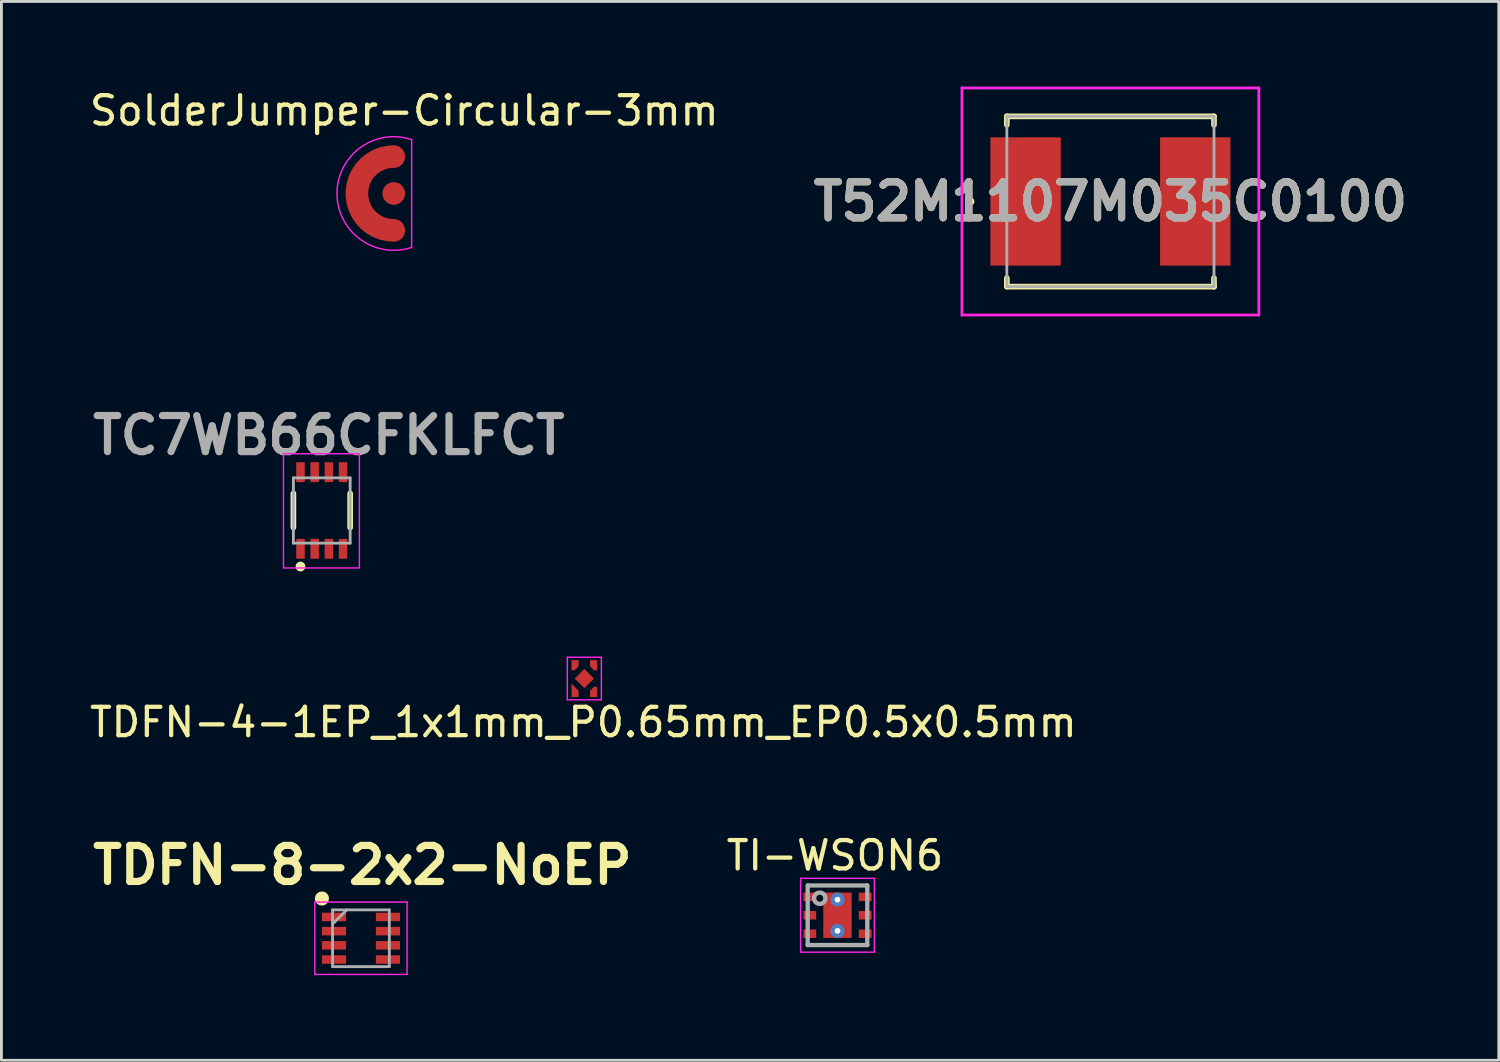
<source format=kicad_pcb>
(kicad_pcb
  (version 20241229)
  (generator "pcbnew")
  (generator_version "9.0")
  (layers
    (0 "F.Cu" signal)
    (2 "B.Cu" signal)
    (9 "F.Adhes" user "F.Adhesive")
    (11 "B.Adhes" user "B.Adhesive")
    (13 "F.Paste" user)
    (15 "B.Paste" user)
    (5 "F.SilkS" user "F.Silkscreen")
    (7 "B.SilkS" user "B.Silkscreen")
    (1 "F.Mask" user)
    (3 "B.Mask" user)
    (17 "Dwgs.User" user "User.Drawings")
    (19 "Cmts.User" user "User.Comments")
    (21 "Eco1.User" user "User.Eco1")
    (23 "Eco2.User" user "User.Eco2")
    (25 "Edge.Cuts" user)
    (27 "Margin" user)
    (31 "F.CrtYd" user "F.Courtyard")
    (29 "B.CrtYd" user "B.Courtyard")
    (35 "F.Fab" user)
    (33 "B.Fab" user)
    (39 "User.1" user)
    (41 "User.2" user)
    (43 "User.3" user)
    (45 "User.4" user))
  (footprint "T52M1107M035C0100"
    (layer "F.Cu")
    (at 36.079 4.05)
    (property "Reference" "T52M1107M035C0100" (at 0 0 0) (layer "F.SilkS") (effects (font (size 1.27 1.27) (thickness 0.254))))
    (attr smd)
    (fp_line (start -5 0) (end -5 0) (stroke (width 0.2) (type solid)) (layer "F.SilkS"))
    (fp_line (start -5 0) (end -5 0) (stroke (width 0.2) (type solid)) (layer "F.SilkS"))
    (fp_line (start -4.9 0) (end -4.9 0) (stroke (width 0.2) (type solid)) (layer "F.SilkS"))
    (fp_line (start -3.65 -3) (end 3.65 -3) (stroke (width 0.2) (type solid)) (layer "F.SilkS"))
    (fp_line (start -3.65 -2.7) (end -3.65 -3) (stroke (width 0.2) (type solid)) (layer "F.SilkS"))
    (fp_line (start -3.65 2.7) (end -3.65 3) (stroke (width 0.2) (type solid)) (layer "F.SilkS"))
    (fp_line (start -3.65 3) (end 3.65 3) (stroke (width 0.2) (type solid)) (layer "F.SilkS"))
    (fp_line (start 3.65 -3) (end 3.65 -2.7) (stroke (width 0.2) (type solid)) (layer "F.SilkS"))
    (fp_line (start 3.65 3) (end 3.65 2.7) (stroke (width 0.2) (type solid)) (layer "F.SilkS"))
    (fp_line (start 3.65 3) (end 3.65 3) (stroke (width 0.2) (type solid)) (layer "F.SilkS"))
    (fp_arc (start -5 0) (mid -4.95 -0.05) (end -4.9 0) (stroke (width 0.2) (type solid)) (layer "F.SilkS"))
    (fp_arc (start -4.9 0) (mid -4.95 0.05) (end -5 0) (stroke (width 0.2) (type solid)) (layer "F.SilkS"))
    (fp_arc (start -4.9 0) (mid -4.95 0.05) (end -5 0) (stroke (width 0.2) (type solid)) (layer "F.SilkS"))
    (fp_line (start -5.23 -4) (end 5.23 -4) (stroke (width 0.1) (type solid)) (layer "F.CrtYd"))
    (fp_line (start -5.23 4) (end -5.23 -4) (stroke (width 0.1) (type solid)) (layer "F.CrtYd"))
    (fp_line (start 5.23 -4) (end 5.23 4) (stroke (width 0.1) (type solid)) (layer "F.CrtYd"))
    (fp_line (start 5.23 4) (end -5.23 4) (stroke (width 0.1) (type solid)) (layer "F.CrtYd"))
    (fp_line (start -3.65 -3) (end -3.65 3) (stroke (width 0.1) (type solid)) (layer "F.Fab"))
    (fp_line (start -3.65 3) (end 3.65 3) (stroke (width 0.1) (type solid)) (layer "F.Fab"))
    (fp_line (start 3.65 -3) (end -3.65 -3) (stroke (width 0.1) (type solid)) (layer "F.Fab"))
    (fp_line (start 3.65 3) (end 3.65 -3) (stroke (width 0.1) (type solid)) (layer "F.Fab"))
    (fp_text user "${REFERENCE}" (at 0 0 0) (layer "F.Fab") (effects (font (size 1.27 1.27) (thickness 0.254))))
    (pad "1" smd rect (at -2.99 0) (size 2.48 4.52) (layers "F.Cu" "F.Mask" "F.Paste"))
    (pad "2" smd rect (at 2.99 0) (size 2.48 4.52) (layers "F.Cu" "F.Mask" "F.Paste")))
  (footprint "TDFN-8-2x2-NoEP"
    (layer "F.Cu")
    (at 9.669 30.012)
    (property "Reference" "TDFN-8-2x2-NoEP" (at 0.05 -2.575 0) (layer "F.SilkS") (effects (font (size 1.27 1.27) (thickness 0.254))))
    (attr smd)
    (fp_circle (center -1.375 -1.4) (end -1.375 -1.275) (stroke (width 0.25) (type solid)) (fill no) (layer "F.SilkS"))
    (fp_line (start -1.625 -1.275) (end 1.625 -1.275) (stroke (width 0.05) (type solid)) (layer "F.CrtYd"))
    (fp_line (start -1.625 1.275) (end -1.625 -1.275) (stroke (width 0.05) (type solid)) (layer "F.CrtYd"))
    (fp_line (start 1.625 -1.275) (end 1.625 1.275) (stroke (width 0.05) (type solid)) (layer "F.CrtYd"))
    (fp_line (start 1.625 1.275) (end -1.625 1.275) (stroke (width 0.05) (type solid)) (layer "F.CrtYd"))
    (fp_line (start -1 -1) (end 1 -1) (stroke (width 0.1) (type solid)) (layer "F.Fab"))
    (fp_line (start -1 -0.5) (end -0.5 -1) (stroke (width 0.1) (type solid)) (layer "F.Fab"))
    (fp_line (start -1 1) (end -1 -1) (stroke (width 0.1) (type solid)) (layer "F.Fab"))
    (fp_line (start 1 -1) (end 1 1) (stroke (width 0.1) (type solid)) (layer "F.Fab"))
    (fp_line (start 1 1) (end -1 1) (stroke (width 0.1) (type solid)) (layer "F.Fab"))
    (pad "1" smd rect (at -0.95 -0.75 90) (size 0.3 0.85) (layers "F.Cu" "F.Mask" "F.Paste"))
    (pad "2" smd rect (at -0.95 -0.25 90) (size 0.3 0.85) (layers "F.Cu" "F.Mask" "F.Paste"))
    (pad "3" smd rect (at -0.95 0.25 90) (size 0.3 0.85) (layers "F.Cu" "F.Mask" "F.Paste"))
    (pad "4" smd rect (at -0.95 0.75 90) (size 0.3 0.85) (layers "F.Cu" "F.Mask" "F.Paste"))
    (pad "5" smd rect (at 0.95 0.75 90) (size 0.3 0.85) (layers "F.Cu" "F.Mask" "F.Paste"))
    (pad "6" smd rect (at 0.95 0.25 90) (size 0.3 0.85) (layers "F.Cu" "F.Mask" "F.Paste"))
    (pad "7" smd rect (at 0.95 -0.25 90) (size 0.3 0.85) (layers "F.Cu" "F.Mask" "F.Paste"))
    (pad "8" smd rect (at 0.95 -0.75 90) (size 0.3 0.85) (layers "F.Cu" "F.Mask" "F.Paste")))
  (footprint "SolderJumper-Circular-3mm"
    (layer "F.Cu")
    (at 10.826 3.768)
    (property "Reference" "SolderJumper-Circular-3mm" (at 0.37 -2.92 0) (layer "F.SilkS") (effects (font (size 1 1) (thickness 0.15))))
    (attr exclude_from_pos_files exclude_from_bom)
    (fp_line (start 0.63 -1.9) (end 0.63 1.9) (stroke (width 0.05) (type solid)) (layer "F.CrtYd"))
    (fp_arc (start 0.627052 1.900973) (mid -2.001722 -0.001552) (end 0.629999 -1.899999) (stroke (width 0.05) (type solid)) (layer "F.CrtYd"))
    (pad "1" smd custom (at -1.3 0) (size 0.8 0.8) (layers "F.Cu" "F.Mask") (options (anchor circle)) (primitives (gr_arc (start 1.3 1.3) (mid 0 0) (end 1.3 -1.3) (width 0.8))))
    (pad "2" smd circle (at 0 0) (size 0.8 0.8) (layers "F.Cu" "F.Mask")))
  (footprint "TI-WSON6"
    (layer "F.Cu")
    (at 26.462 29.202)
    (property "Reference" "TI-WSON6" (at -0.09 -2.105 0) (layer "F.SilkS") (effects (font (size 1 1) (thickness 0.15))))
    (attr through_hole)
    (fp_line (start -0.5 -0.751) (end -0.499 -0.761) (stroke (width 0.152) (type solid)) (layer "F.Paste"))
    (fp_line (start -0.5 -0.149) (end -0.5 -0.751) (stroke (width 0.152) (type solid)) (layer "F.Paste"))
    (fp_line (start -0.5 0.149) (end -0.499 0.139) (stroke (width 0.152) (type solid)) (layer "F.Paste"))
    (fp_line (start -0.5 0.751) (end -0.5 0.149) (stroke (width 0.152) (type solid)) (layer "F.Paste"))
    (fp_line (start -0.499 -0.761) (end -0.496 -0.77) (stroke (width 0.152) (type solid)) (layer "F.Paste"))
    (fp_line (start -0.499 -0.139) (end -0.5 -0.149) (stroke (width 0.152) (type solid)) (layer "F.Paste"))
    (fp_line (start -0.499 0.139) (end -0.496 0.13) (stroke (width 0.152) (type solid)) (layer "F.Paste"))
    (fp_line (start -0.499 0.761) (end -0.5 0.751) (stroke (width 0.152) (type solid)) (layer "F.Paste"))
    (fp_line (start -0.496 -0.77) (end -0.492 -0.778) (stroke (width 0.152) (type solid)) (layer "F.Paste"))
    (fp_line (start -0.496 -0.13) (end -0.499 -0.139) (stroke (width 0.152) (type solid)) (layer "F.Paste"))
    (fp_line (start -0.496 0.13) (end -0.492 0.122) (stroke (width 0.152) (type solid)) (layer "F.Paste"))
    (fp_line (start -0.496 0.77) (end -0.499 0.761) (stroke (width 0.152) (type solid)) (layer "F.Paste"))
    (fp_line (start -0.492 -0.778) (end -0.486 -0.786) (stroke (width 0.152) (type solid)) (layer "F.Paste"))
    (fp_line (start -0.492 -0.122) (end -0.496 -0.13) (stroke (width 0.152) (type solid)) (layer "F.Paste"))
    (fp_line (start -0.492 0.122) (end -0.486 0.114) (stroke (width 0.152) (type solid)) (layer "F.Paste"))
    (fp_line (start -0.492 0.778) (end -0.496 0.77) (stroke (width 0.152) (type solid)) (layer "F.Paste"))
    (fp_line (start -0.486 -0.786) (end -0.478 -0.792) (stroke (width 0.152) (type solid)) (layer "F.Paste"))
    (fp_line (start -0.486 -0.114) (end -0.492 -0.122) (stroke (width 0.152) (type solid)) (layer "F.Paste"))
    (fp_line (start -0.486 0.114) (end -0.478 0.108) (stroke (width 0.152) (type solid)) (layer "F.Paste"))
    (fp_line (start -0.486 0.786) (end -0.492 0.778) (stroke (width 0.152) (type solid)) (layer "F.Paste"))
    (fp_line (start -0.478 -0.792) (end -0.47 -0.796) (stroke (width 0.152) (type solid)) (layer "F.Paste"))
    (fp_line (start -0.478 -0.108) (end -0.486 -0.114) (stroke (width 0.152) (type solid)) (layer "F.Paste"))
    (fp_line (start -0.478 0.108) (end -0.47 0.104) (stroke (width 0.152) (type solid)) (layer "F.Paste"))
    (fp_line (start -0.478 0.792) (end -0.486 0.786) (stroke (width 0.152) (type solid)) (layer "F.Paste"))
    (fp_line (start -0.47 -0.796) (end -0.461 -0.799) (stroke (width 0.152) (type solid)) (layer "F.Paste"))
    (fp_line (start -0.47 -0.104) (end -0.478 -0.108) (stroke (width 0.152) (type solid)) (layer "F.Paste"))
    (fp_line (start -0.47 0.104) (end -0.461 0.101) (stroke (width 0.152) (type solid)) (layer "F.Paste"))
    (fp_line (start -0.47 0.796) (end -0.478 0.792) (stroke (width 0.152) (type solid)) (layer "F.Paste"))
    (fp_line (start -0.461 -0.799) (end -0.451 -0.8) (stroke (width 0.152) (type solid)) (layer "F.Paste"))
    (fp_line (start -0.461 -0.101) (end -0.47 -0.104) (stroke (width 0.152) (type solid)) (layer "F.Paste"))
    (fp_line (start -0.461 0.101) (end -0.451 0.1) (stroke (width 0.152) (type solid)) (layer "F.Paste"))
    (fp_line (start -0.461 0.799) (end -0.47 0.796) (stroke (width 0.152) (type solid)) (layer "F.Paste"))
    (fp_line (start -0.451 -0.8) (end 0.451 -0.8) (stroke (width 0.152) (type solid)) (layer "F.Paste"))
    (fp_line (start -0.451 -0.1) (end -0.461 -0.101) (stroke (width 0.152) (type solid)) (layer "F.Paste"))
    (fp_line (start -0.451 0.1) (end 0.451 0.1) (stroke (width 0.152) (type solid)) (layer "F.Paste"))
    (fp_line (start -0.451 0.8) (end -0.461 0.799) (stroke (width 0.152) (type solid)) (layer "F.Paste"))
    (fp_line (start 0.451 -0.8) (end 0.461 -0.799) (stroke (width 0.152) (type solid)) (layer "F.Paste"))
    (fp_line (start 0.451 -0.1) (end -0.451 -0.1) (stroke (width 0.152) (type solid)) (layer "F.Paste"))
    (fp_line (start 0.451 0.1) (end 0.461 0.101) (stroke (width 0.152) (type solid)) (layer "F.Paste"))
    (fp_line (start 0.451 0.8) (end -0.451 0.8) (stroke (width 0.152) (type solid)) (layer "F.Paste"))
    (fp_line (start 0.461 -0.799) (end 0.47 -0.796) (stroke (width 0.152) (type solid)) (layer "F.Paste"))
    (fp_line (start 0.461 -0.101) (end 0.451 -0.1) (stroke (width 0.152) (type solid)) (layer "F.Paste"))
    (fp_line (start 0.461 0.101) (end 0.47 0.104) (stroke (width 0.152) (type solid)) (layer "F.Paste"))
    (fp_line (start 0.461 0.799) (end 0.451 0.8) (stroke (width 0.152) (type solid)) (layer "F.Paste"))
    (fp_line (start 0.47 -0.796) (end 0.478 -0.792) (stroke (width 0.152) (type solid)) (layer "F.Paste"))
    (fp_line (start 0.47 -0.104) (end 0.461 -0.101) (stroke (width 0.152) (type solid)) (layer "F.Paste"))
    (fp_line (start 0.47 0.104) (end 0.478 0.108) (stroke (width 0.152) (type solid)) (layer "F.Paste"))
    (fp_line (start 0.47 0.796) (end 0.461 0.799) (stroke (width 0.152) (type solid)) (layer "F.Paste"))
    (fp_line (start 0.478 -0.792) (end 0.486 -0.786) (stroke (width 0.152) (type solid)) (layer "F.Paste"))
    (fp_line (start 0.478 -0.108) (end 0.47 -0.104) (stroke (width 0.152) (type solid)) (layer "F.Paste"))
    (fp_line (start 0.478 0.108) (end 0.486 0.114) (stroke (width 0.152) (type solid)) (layer "F.Paste"))
    (fp_line (start 0.478 0.792) (end 0.47 0.796) (stroke (width 0.152) (type solid)) (layer "F.Paste"))
    (fp_line (start 0.486 -0.786) (end 0.492 -0.778) (stroke (width 0.152) (type solid)) (layer "F.Paste"))
    (fp_line (start 0.486 -0.114) (end 0.478 -0.108) (stroke (width 0.152) (type solid)) (layer "F.Paste"))
    (fp_line (start 0.486 0.114) (end 0.492 0.122) (stroke (width 0.152) (type solid)) (layer "F.Paste"))
    (fp_line (start 0.486 0.786) (end 0.478 0.792) (stroke (width 0.152) (type solid)) (layer "F.Paste"))
    (fp_line (start 0.492 -0.778) (end 0.496 -0.77) (stroke (width 0.152) (type solid)) (layer "F.Paste"))
    (fp_line (start 0.492 -0.122) (end 0.486 -0.114) (stroke (width 0.152) (type solid)) (layer "F.Paste"))
    (fp_line (start 0.492 0.122) (end 0.496 0.13) (stroke (width 0.152) (type solid)) (layer "F.Paste"))
    (fp_line (start 0.492 0.778) (end 0.486 0.786) (stroke (width 0.152) (type solid)) (layer "F.Paste"))
    (fp_line (start 0.496 -0.77) (end 0.499 -0.761) (stroke (width 0.152) (type solid)) (layer "F.Paste"))
    (fp_line (start 0.496 -0.13) (end 0.492 -0.122) (stroke (width 0.152) (type solid)) (layer "F.Paste"))
    (fp_line (start 0.496 0.13) (end 0.499 0.139) (stroke (width 0.152) (type solid)) (layer "F.Paste"))
    (fp_line (start 0.496 0.77) (end 0.492 0.778) (stroke (width 0.152) (type solid)) (layer "F.Paste"))
    (fp_line (start 0.499 -0.761) (end 0.5 -0.751) (stroke (width 0.152) (type solid)) (layer "F.Paste"))
    (fp_line (start 0.499 -0.139) (end 0.496 -0.13) (stroke (width 0.152) (type solid)) (layer "F.Paste"))
    (fp_line (start 0.499 0.139) (end 0.5 0.149) (stroke (width 0.152) (type solid)) (layer "F.Paste"))
    (fp_line (start 0.499 0.761) (end 0.496 0.77) (stroke (width 0.152) (type solid)) (layer "F.Paste"))
    (fp_line (start 0.5 -0.751) (end 0.5 -0.149) (stroke (width 0.152) (type solid)) (layer "F.Paste"))
    (fp_line (start 0.5 -0.149) (end 0.499 -0.139) (stroke (width 0.152) (type solid)) (layer "F.Paste"))
    (fp_line (start 0.5 0.149) (end 0.5 0.751) (stroke (width 0.152) (type solid)) (layer "F.Paste"))
    (fp_line (start 0.5 0.751) (end 0.499 0.761) (stroke (width 0.152) (type solid)) (layer "F.Paste"))
    (fp_line (start -1.3 -1.3) (end 1.3 -1.3) (stroke (width 0.05) (type solid)) (layer "F.CrtYd"))
    (fp_line (start -1.3 1.3) (end -1.3 -1.3) (stroke (width 0.05) (type solid)) (layer "F.CrtYd"))
    (fp_line (start 1.3 1.3) (end -1.3 1.3) (stroke (width 0.05) (type solid)) (layer "F.CrtYd"))
    (fp_line (start 1.3 1.3) (end 1.3 -1.3) (stroke (width 0.05) (type solid)) (layer "F.CrtYd"))
    (fp_line (start -1.05 -1.05) (end 1.05 -1.05) (stroke (width 0.152) (type solid)) (layer "F.Fab"))
    (fp_line (start -1.05 1.05) (end -1.05 -1.05) (stroke (width 0.152) (type solid)) (layer "F.Fab"))
    (fp_line (start -1.05 1.05) (end 1.05 1.05) (stroke (width 0.152) (type solid)) (layer "F.Fab"))
    (fp_line (start 1.05 1.05) (end 1.05 -1.05) (stroke (width 0.152) (type solid)) (layer "F.Fab"))
    (fp_circle (center -0.625 -0.6) (end -0.425 -0.6) (stroke (width 0.152) (type solid)) (fill no) (layer "F.Fab"))
    (pad "1" smd rect (at -0.975 -0.65 90) (size 0.3 0.45) (layers "F.Cu" "F.Mask" "F.Paste"))
    (pad "2" smd rect (at -0.975 0 90) (size 0.3 0.45) (layers "F.Cu" "F.Mask" "F.Paste"))
    (pad "3" smd rect (at -0.975 0.65 90) (size 0.3 0.45) (layers "F.Cu" "F.Mask" "F.Paste"))
    (pad "4" smd rect (at 0.975 0.65 90) (size 0.3 0.45) (layers "F.Cu" "F.Mask" "F.Paste"))
    (pad "5" smd rect (at 0.975 0 90) (size 0.3 0.45) (layers "F.Cu" "F.Mask" "F.Paste"))
    (pad "6" smd rect (at 0.975 -0.65 90) (size 0.3 0.45) (layers "F.Cu" "F.Mask" "F.Paste"))
    (pad "7" thru_hole circle (at 0 -0.55) (size 0.5 0.5) (drill 0.203) (layers "*.Cu" "*.Mask"))
    (pad "7" smd rect (at 0 0) (size 1 1.6) (layers "F.Cu" "F.Mask" "F.Paste"))
    (pad "7" thru_hole circle (at 0 0.55) (size 0.5 0.5) (drill 0.203) (layers "*.Cu" "*.Mask")))
  (footprint "TC7WB66CFKLFCT"
    (layer "F.Cu")
    (at 8.289 14.939)
    (property "Reference" "TC7WB66CFKLFCT" (at 0.25 -2.65 0) (layer "F.Fab") (effects (font (size 1.27 1.27) (thickness 0.254))))
    (attr smd)
    (fp_line (start -1 -0.6) (end -1 0.6) (stroke (width 0.2) (type solid)) (layer "F.SilkS"))
    (fp_line (start 1 -0.6) (end 1 0.6) (stroke (width 0.2) (type solid)) (layer "F.SilkS"))
    (fp_circle (center -0.75 1.975) (end -0.638 1.975) (stroke (width 0.12) (type solid)) (fill yes) (layer "F.SilkS"))
    (fp_rect (start -1.35 -2) (end 1.325 2.025) (stroke (width 0.05) (type default)) (fill no) (layer "F.CrtYd"))
    (fp_line (start -1 -1.15) (end 1 -1.15) (stroke (width 0.1) (type solid)) (layer "F.Fab"))
    (fp_line (start -1 1.15) (end -1 -1.15) (stroke (width 0.1) (type solid)) (layer "F.Fab"))
    (fp_line (start 1 -1.15) (end 1 1.15) (stroke (width 0.1) (type solid)) (layer "F.Fab"))
    (fp_line (start 1 1.15) (end -1 1.15) (stroke (width 0.1) (type solid)) (layer "F.Fab"))
    (pad "1" smd rect (at -0.75 1.35) (size 0.3 0.7) (layers "F.Cu" "F.Mask" "F.Paste"))
    (pad "2" smd rect (at -0.25 1.35) (size 0.3 0.7) (layers "F.Cu" "F.Mask" "F.Paste"))
    (pad "3" smd rect (at 0.25 1.35) (size 0.3 0.7) (layers "F.Cu" "F.Mask" "F.Paste"))
    (pad "4" smd rect (at 0.75 1.35) (size 0.3 0.7) (layers "F.Cu" "F.Mask" "F.Paste"))
    (pad "5" smd rect (at 0.75 -1.35) (size 0.3 0.7) (layers "F.Cu" "F.Mask" "F.Paste"))
    (pad "6" smd rect (at 0.25 -1.35) (size 0.3 0.7) (layers "F.Cu" "F.Mask" "F.Paste"))
    (pad "7" smd rect (at -0.25 -1.35) (size 0.3 0.7) (layers "F.Cu" "F.Mask" "F.Paste"))
    (pad "8" smd rect (at -0.75 -1.35) (size 0.3 0.7) (layers "F.Cu" "F.Mask" "F.Paste")))
  (footprint "TDFN-4-1EP_1x1mm_P0.65mm_EP0.5x0.5mm"
    (layer "F.Cu")
    (at 17.541 20.861)
    (property "Reference" "TDFN-4-1EP_1x1mm_P0.65mm_EP0.5x0.5mm" (at -0.035 1.54 0) (layer "F.SilkS") (effects (font (size 1 1) (thickness 0.15))))
    (attr through_hole)
    (fp_line (start -0.6 -0.75) (end -0.6 0.75) (stroke (width 0.05) (type solid)) (layer "F.CrtYd"))
    (fp_line (start -0.6 -0.75) (end 0.6 -0.75) (stroke (width 0.05) (type solid)) (layer "F.CrtYd"))
    (fp_line (start -0.6 0.75) (end 0.6 0.75) (stroke (width 0.05) (type solid)) (layer "F.CrtYd"))
    (fp_line (start 0.6 -0.75) (end 0.6 0.75) (stroke (width 0.05) (type solid)) (layer "F.CrtYd"))
    (pad "1" smd custom (at -0.325 0.54) (size 0.25 0.22) (layers "F.Cu" "F.Mask" "F.Paste") (options (anchor rect)) (primitives (gr_poly (pts (xy 0.125 -0.11) (xy -0.125 -0.36) (xy -0.125 -0.11)) (width 0) (fill yes))))
    (pad "2" smd custom (at 0.325 0.54) (size 0.25 0.22) (layers "F.Cu" "F.Mask" "F.Paste") (options (anchor rect)) (primitives (gr_poly (pts (xy -0.125 -0.11) (xy 0.015 -0.25) (xy 0.125 -0.25) (xy 0.125 -0.11)) (width 0) (fill yes))))
    (pad "3" smd custom (at 0.325 -0.54 180) (size 0.25 0.22) (layers "F.Cu" "F.Mask" "F.Paste") (options (anchor rect)) (primitives (gr_poly (pts (xy 0.125 -0.11) (xy -0.015 -0.25) (xy -0.125 -0.25) (xy -0.125 -0.11)) (width 0) (fill yes))))
    (pad "4" smd custom (at -0.325 -0.54 180) (size 0.25 0.22) (layers "F.Cu" "F.Mask" "F.Paste") (options (anchor rect)) (primitives (gr_poly (pts (xy -0.125 -0.11) (xy 0.015 -0.25) (xy 0.125 -0.25) (xy 0.125 -0.11)) (width 0) (fill yes))))
    (pad "5" smd rect (at 0 0 45) (size 0.48 0.48) (layers "F.Cu" "F.Mask" "F.Paste")))
  (gr_rect
    (start -3 -3)
    (end 49.765 34.312)
    (stroke (width 0.1) (type default))
    (fill no)
    (layer "Edge.Cuts")))
</source>
